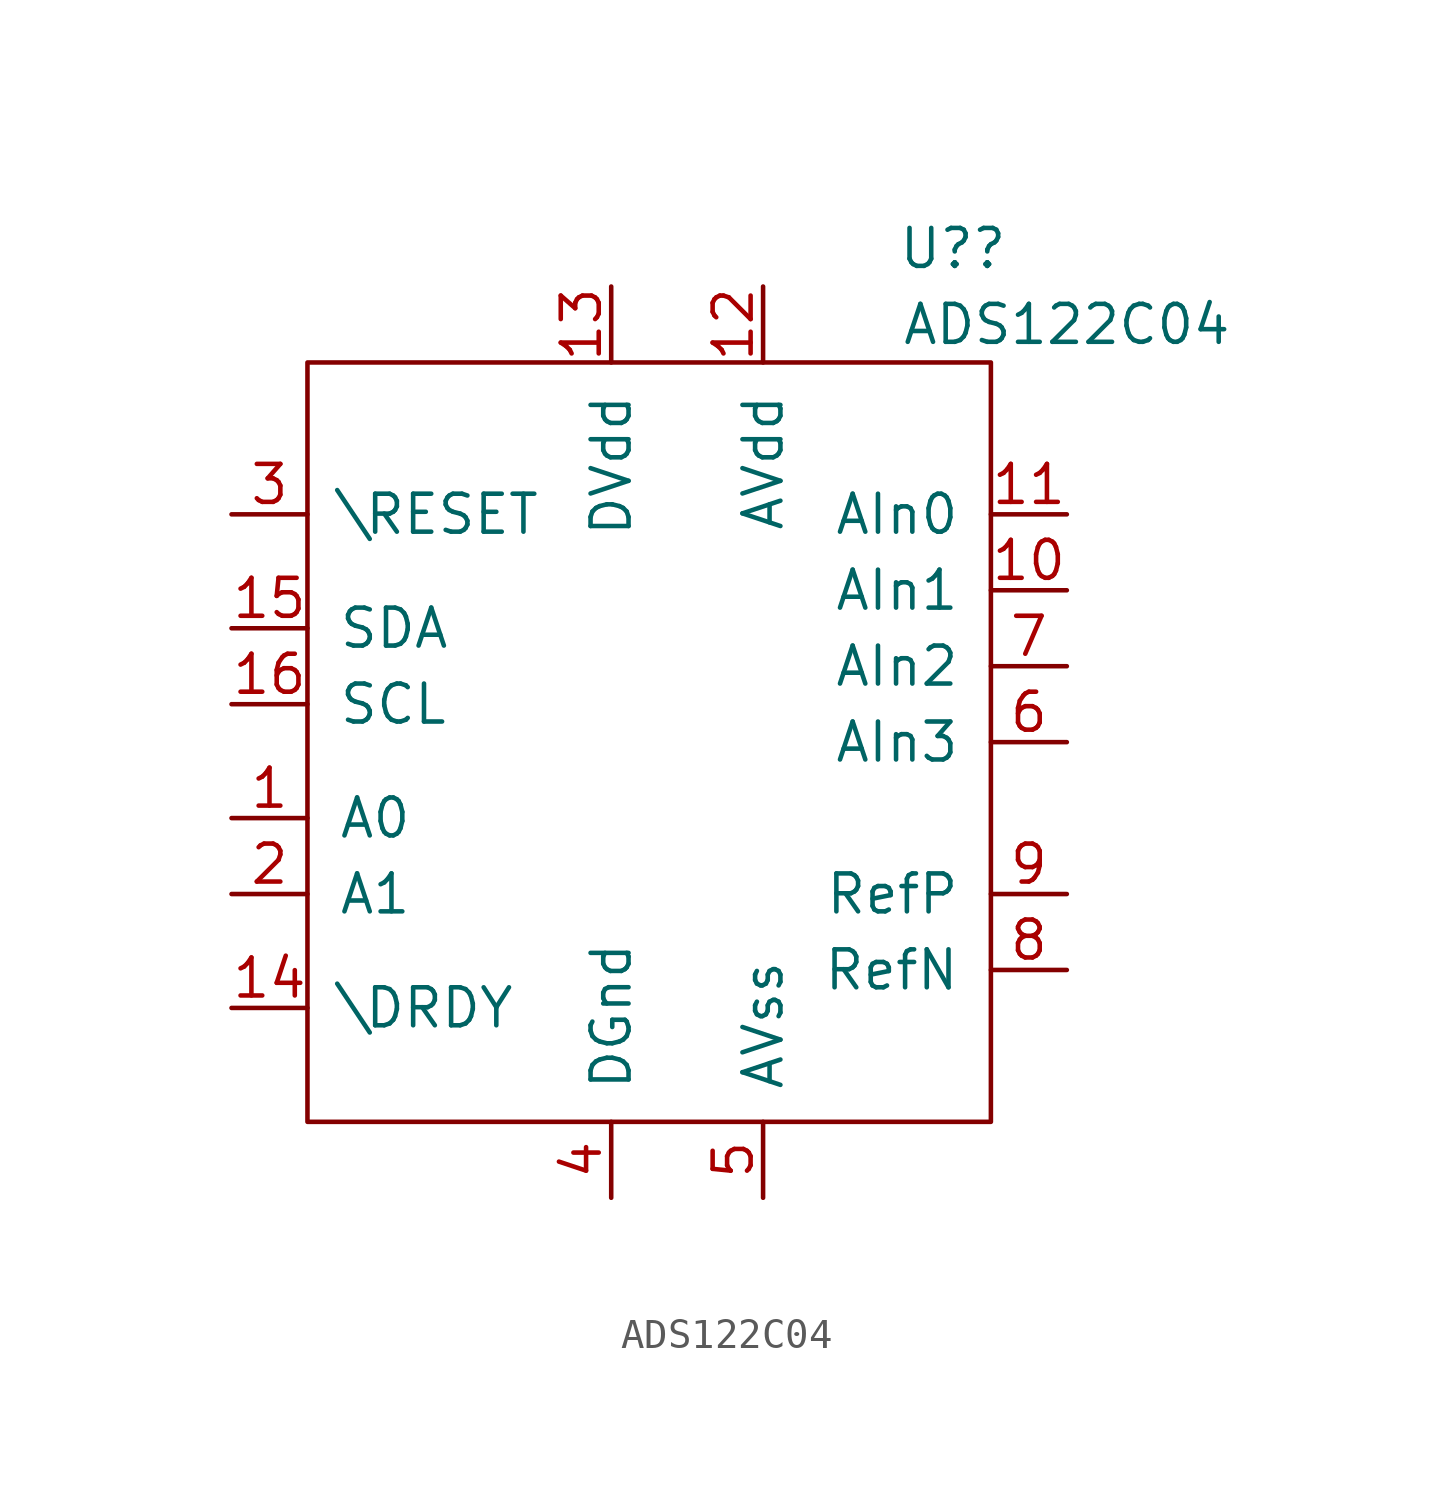
<source format=kicad_sym>
(kicad_symbol_lib
  (version 20220914)
  (generator kicad_symbol_editor)
  (symbol "ADS122C04"
    (pin_names
      (offset 1.016))
    (property "Reference" "U?"
      (at 8.89 13.97 0)
      (effects (font (size 1.27 1.27))))
    (property "Value" "ADS122C04"
      (at 12.7 11.43 0)
      (effects (font (size 1.27 1.27))))
    (symbol "ADS122C04_0_1"
      (rectangle (start -12.7 -15.24) (end 10.16 10.16) (stroke (width 0) (type default)) (fill (type none))))
    (symbol "ADS122C04_1_1"
      (pin input line (at -15.24 -5.08 0) (length 2.54) (name "A0" (effects (font (size 1.27 1.27)))) (number "1" (effects (font (size 1.27 1.27)))))
      (pin input line (at 12.7 2.54 180) (length 2.54) (name "AIn1" (effects (font (size 1.27 1.27)))) (number "10" (effects (font (size 1.27 1.27)))))
      (pin input line (at 12.7 5.08 180) (length 2.54) (name "AIn0" (effects (font (size 1.27 1.27)))) (number "11" (effects (font (size 1.27 1.27)))))
      (pin input line (at 2.54 12.7 270) (length 2.54) (name "AVdd" (effects (font (size 1.27 1.27)))) (number "12" (effects (font (size 1.27 1.27)))))
      (pin input line (at -2.54 12.7 270) (length 2.54) (name "DVdd" (effects (font (size 1.27 1.27)))) (number "13" (effects (font (size 1.27 1.27)))))
      (pin output line (at -15.24 -11.43 0) (length 2.54) (name "\\DRDY" (effects (font (size 1.27 1.27)))) (number "14" (effects (font (size 1.27 1.27)))))
      (pin bidirectional line (at -15.24 1.27 0) (length 2.54) (name "SDA" (effects (font (size 1.27 1.27)))) (number "15" (effects (font (size 1.27 1.27)))))
      (pin input line (at -15.24 -1.27 0) (length 2.54) (name "SCL" (effects (font (size 1.27 1.27)))) (number "16" (effects (font (size 1.27 1.27)))))
      (pin input line (at -15.24 -7.62 0) (length 2.54) (name "A1" (effects (font (size 1.27 1.27)))) (number "2" (effects (font (size 1.27 1.27)))))
      (pin input line (at -15.24 5.08 0) (length 2.54) (name "\\RESET" (effects (font (size 1.27 1.27)))) (number "3" (effects (font (size 1.27 1.27)))))
      (pin input line (at -2.54 -17.78 90) (length 2.54) (name "DGnd" (effects (font (size 1.27 1.27)))) (number "4" (effects (font (size 1.27 1.27)))))
      (pin power_in line (at 2.54 -17.78 90) (length 2.54) (name "AVss" (effects (font (size 1.27 1.27)))) (number "5" (effects (font (size 1.27 1.27)))))
      (pin input line (at 12.7 -2.54 180) (length 2.54) (name "AIn3" (effects (font (size 1.27 1.27)))) (number "6" (effects (font (size 1.27 1.27)))))
      (pin input line (at 12.7 0 180) (length 2.54) (name "AIn2" (effects (font (size 1.27 1.27)))) (number "7" (effects (font (size 1.27 1.27)))))
      (pin input line (at 12.7 -10.16 180) (length 2.54) (name "RefN" (effects (font (size 1.27 1.27)))) (number "8" (effects (font (size 1.27 1.27)))))
      (pin input line (at 12.7 -7.62 180) (length 2.54) (name "RefP" (effects (font (size 1.27 1.27)))) (number "9" (effects (font (size 1.27 1.27))))))))
</source>
